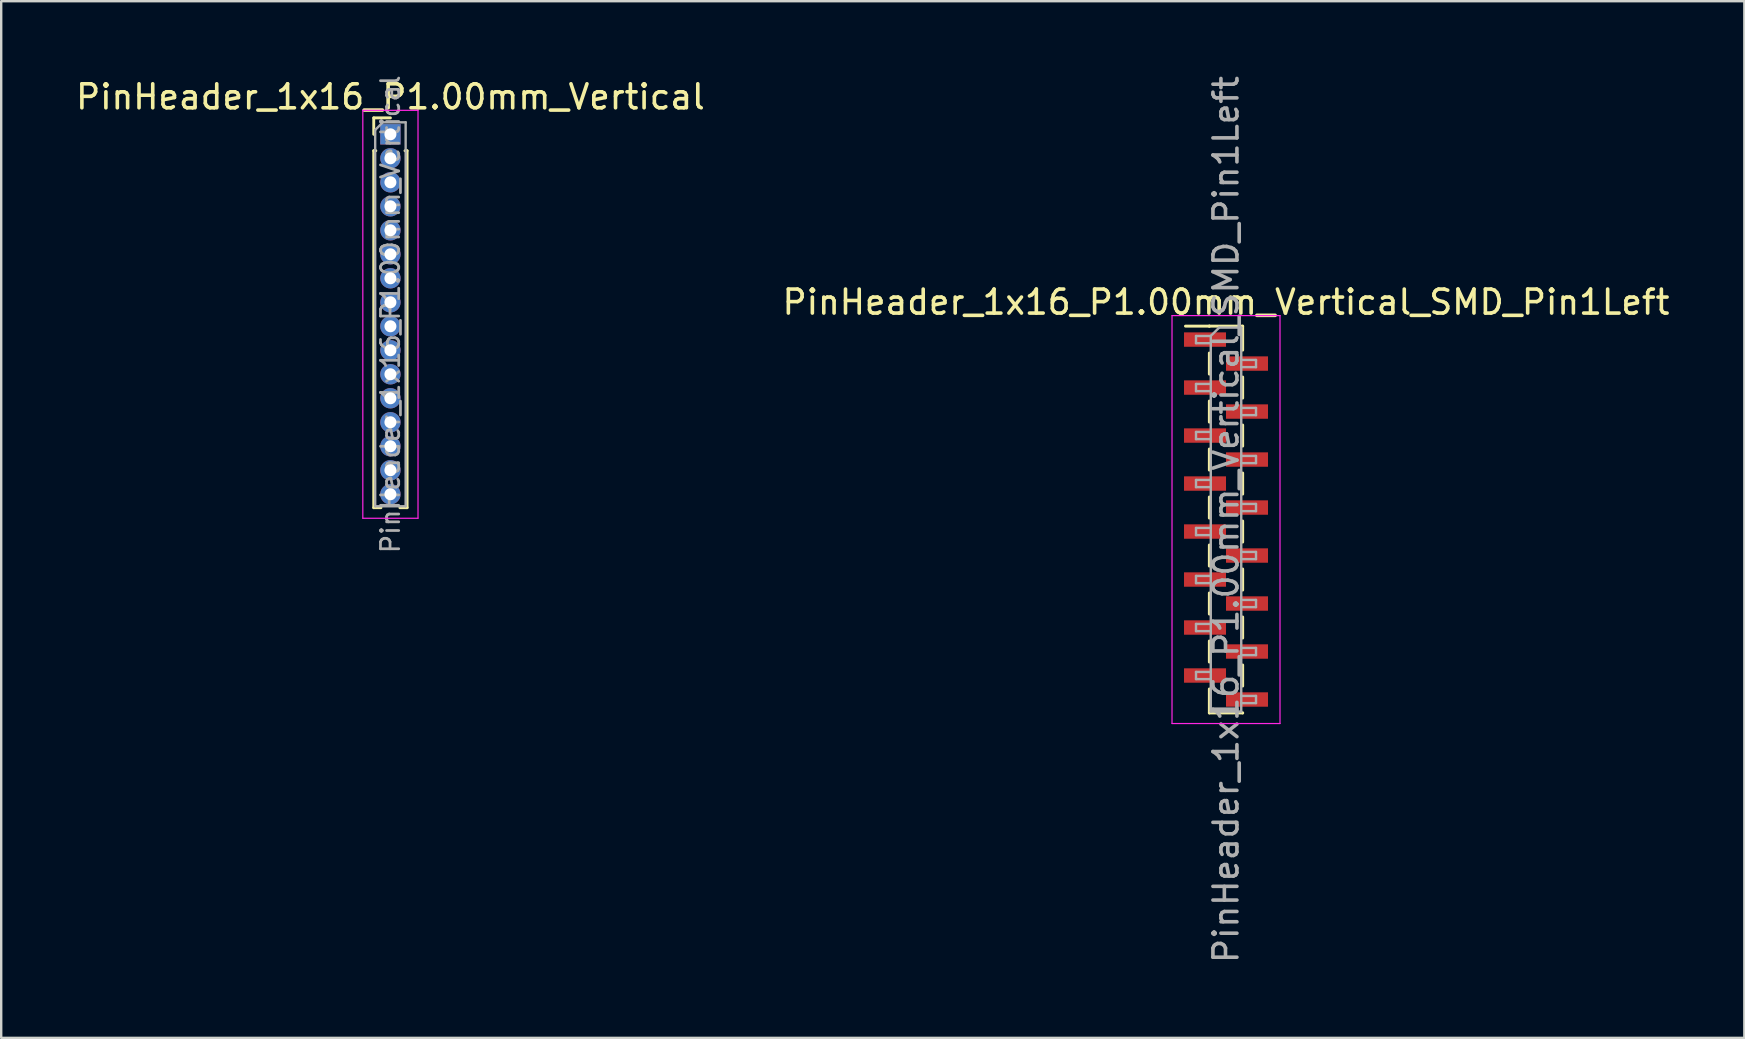
<source format=kicad_pcb>
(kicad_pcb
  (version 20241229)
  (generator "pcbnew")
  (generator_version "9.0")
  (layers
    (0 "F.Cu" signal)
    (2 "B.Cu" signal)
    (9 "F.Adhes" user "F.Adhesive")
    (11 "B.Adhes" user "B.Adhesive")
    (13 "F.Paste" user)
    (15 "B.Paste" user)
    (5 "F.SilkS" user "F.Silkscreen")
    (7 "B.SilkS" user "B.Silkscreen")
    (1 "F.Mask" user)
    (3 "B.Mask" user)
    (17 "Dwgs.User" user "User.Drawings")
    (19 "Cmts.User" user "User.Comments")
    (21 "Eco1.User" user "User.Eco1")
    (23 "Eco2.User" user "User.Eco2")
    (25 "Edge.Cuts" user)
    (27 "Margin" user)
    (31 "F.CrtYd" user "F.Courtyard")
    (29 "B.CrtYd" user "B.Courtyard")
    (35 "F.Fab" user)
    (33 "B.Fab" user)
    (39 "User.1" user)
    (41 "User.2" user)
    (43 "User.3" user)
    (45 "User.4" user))
  (footprint "PinHeader_1x16_P1.00mm_Vertical_SMD_Pin1Left"
    (layer "F.Cu")
    (at 48.042 18.601)
    (property "Reference" "PinHeader_1x16_P1.00mm_Vertical_SMD_Pin1Left" (at 0 -9.06 0) (layer "F.SilkS") (effects (font (size 1 1) (thickness 0.15))))
    (attr smd)
    (fp_line (start -0.695 -8.06) (end -1.69 -8.06) (stroke (width 0.12) (type solid)) (layer "F.SilkS"))
    (fp_line (start -0.695 -8.06) (end -0.695 -8.06) (stroke (width 0.12) (type solid)) (layer "F.SilkS"))
    (fp_line (start -0.695 -8.06) (end 0.695 -8.06) (stroke (width 0.12) (type solid)) (layer "F.SilkS"))
    (fp_line (start -0.695 -6.94) (end -0.695 -6.06) (stroke (width 0.12) (type solid)) (layer "F.SilkS"))
    (fp_line (start -0.695 -4.94) (end -0.695 -4.06) (stroke (width 0.12) (type solid)) (layer "F.SilkS"))
    (fp_line (start -0.695 -2.94) (end -0.695 -2.06) (stroke (width 0.12) (type solid)) (layer "F.SilkS"))
    (fp_line (start -0.695 -0.94) (end -0.695 -0.06) (stroke (width 0.12) (type solid)) (layer "F.SilkS"))
    (fp_line (start -0.695 1.06) (end -0.695 1.94) (stroke (width 0.12) (type solid)) (layer "F.SilkS"))
    (fp_line (start -0.695 3.06) (end -0.695 3.94) (stroke (width 0.12) (type solid)) (layer "F.SilkS"))
    (fp_line (start -0.695 5.06) (end -0.695 5.94) (stroke (width 0.12) (type solid)) (layer "F.SilkS"))
    (fp_line (start -0.695 7.06) (end -0.695 8.06) (stroke (width 0.12) (type solid)) (layer "F.SilkS"))
    (fp_line (start -0.695 8.06) (end 0.695 8.06) (stroke (width 0.12) (type solid)) (layer "F.SilkS"))
    (fp_line (start 0.695 -8.06) (end 0.695 -7.06) (stroke (width 0.12) (type solid)) (layer "F.SilkS"))
    (fp_line (start 0.695 -5.94) (end 0.695 -5.06) (stroke (width 0.12) (type solid)) (layer "F.SilkS"))
    (fp_line (start 0.695 -3.94) (end 0.695 -3.06) (stroke (width 0.12) (type solid)) (layer "F.SilkS"))
    (fp_line (start 0.695 -1.94) (end 0.695 -1.06) (stroke (width 0.12) (type solid)) (layer "F.SilkS"))
    (fp_line (start 0.695 0.06) (end 0.695 0.94) (stroke (width 0.12) (type solid)) (layer "F.SilkS"))
    (fp_line (start 0.695 2.06) (end 0.695 2.94) (stroke (width 0.12) (type solid)) (layer "F.SilkS"))
    (fp_line (start 0.695 4.06) (end 0.695 4.94) (stroke (width 0.12) (type solid)) (layer "F.SilkS"))
    (fp_line (start 0.695 6.06) (end 0.695 6.94) (stroke (width 0.12) (type solid)) (layer "F.SilkS"))
    (fp_line (start 0.695 8.06) (end 0.695 8.06) (stroke (width 0.12) (type solid)) (layer "F.SilkS"))
    (fp_line (start -2.25 -8.5) (end -2.25 8.5) (stroke (width 0.05) (type solid)) (layer "F.CrtYd"))
    (fp_line (start -2.25 8.5) (end 2.25 8.5) (stroke (width 0.05) (type solid)) (layer "F.CrtYd"))
    (fp_line (start 2.25 -8.5) (end -2.25 -8.5) (stroke (width 0.05) (type solid)) (layer "F.CrtYd"))
    (fp_line (start 2.25 8.5) (end 2.25 -8.5) (stroke (width 0.05) (type solid)) (layer "F.CrtYd"))
    (fp_line (start -1.25 -7.65) (end -1.25 -7.35) (stroke (width 0.1) (type solid)) (layer "F.Fab"))
    (fp_line (start -1.25 -7.35) (end -0.635 -7.35) (stroke (width 0.1) (type solid)) (layer "F.Fab"))
    (fp_line (start -1.25 -5.65) (end -1.25 -5.35) (stroke (width 0.1) (type solid)) (layer "F.Fab"))
    (fp_line (start -1.25 -5.35) (end -0.635 -5.35) (stroke (width 0.1) (type solid)) (layer "F.Fab"))
    (fp_line (start -1.25 -3.65) (end -1.25 -3.35) (stroke (width 0.1) (type solid)) (layer "F.Fab"))
    (fp_line (start -1.25 -3.35) (end -0.635 -3.35) (stroke (width 0.1) (type solid)) (layer "F.Fab"))
    (fp_line (start -1.25 -1.65) (end -1.25 -1.35) (stroke (width 0.1) (type solid)) (layer "F.Fab"))
    (fp_line (start -1.25 -1.35) (end -0.635 -1.35) (stroke (width 0.1) (type solid)) (layer "F.Fab"))
    (fp_line (start -1.25 0.35) (end -1.25 0.65) (stroke (width 0.1) (type solid)) (layer "F.Fab"))
    (fp_line (start -1.25 0.65) (end -0.635 0.65) (stroke (width 0.1) (type solid)) (layer "F.Fab"))
    (fp_line (start -1.25 2.35) (end -1.25 2.65) (stroke (width 0.1) (type solid)) (layer "F.Fab"))
    (fp_line (start -1.25 2.65) (end -0.635 2.65) (stroke (width 0.1) (type solid)) (layer "F.Fab"))
    (fp_line (start -1.25 4.35) (end -1.25 4.65) (stroke (width 0.1) (type solid)) (layer "F.Fab"))
    (fp_line (start -1.25 4.65) (end -0.635 4.65) (stroke (width 0.1) (type solid)) (layer "F.Fab"))
    (fp_line (start -1.25 6.35) (end -1.25 6.65) (stroke (width 0.1) (type solid)) (layer "F.Fab"))
    (fp_line (start -1.25 6.65) (end -0.635 6.65) (stroke (width 0.1) (type solid)) (layer "F.Fab"))
    (fp_line (start -0.635 -7.65) (end -1.25 -7.65) (stroke (width 0.1) (type solid)) (layer "F.Fab"))
    (fp_line (start -0.635 -7.65) (end -0.285 -8) (stroke (width 0.1) (type solid)) (layer "F.Fab"))
    (fp_line (start -0.635 -5.65) (end -1.25 -5.65) (stroke (width 0.1) (type solid)) (layer "F.Fab"))
    (fp_line (start -0.635 -3.65) (end -1.25 -3.65) (stroke (width 0.1) (type solid)) (layer "F.Fab"))
    (fp_line (start -0.635 -1.65) (end -1.25 -1.65) (stroke (width 0.1) (type solid)) (layer "F.Fab"))
    (fp_line (start -0.635 0.35) (end -1.25 0.35) (stroke (width 0.1) (type solid)) (layer "F.Fab"))
    (fp_line (start -0.635 2.35) (end -1.25 2.35) (stroke (width 0.1) (type solid)) (layer "F.Fab"))
    (fp_line (start -0.635 4.35) (end -1.25 4.35) (stroke (width 0.1) (type solid)) (layer "F.Fab"))
    (fp_line (start -0.635 6.35) (end -1.25 6.35) (stroke (width 0.1) (type solid)) (layer "F.Fab"))
    (fp_line (start -0.635 8) (end -0.635 -7.65) (stroke (width 0.1) (type solid)) (layer "F.Fab"))
    (fp_line (start -0.285 -8) (end 0.635 -8) (stroke (width 0.1) (type solid)) (layer "F.Fab"))
    (fp_line (start 0.635 -8) (end 0.635 8) (stroke (width 0.1) (type solid)) (layer "F.Fab"))
    (fp_line (start 0.635 -6.65) (end 1.25 -6.65) (stroke (width 0.1) (type solid)) (layer "F.Fab"))
    (fp_line (start 0.635 -4.65) (end 1.25 -4.65) (stroke (width 0.1) (type solid)) (layer "F.Fab"))
    (fp_line (start 0.635 -2.65) (end 1.25 -2.65) (stroke (width 0.1) (type solid)) (layer "F.Fab"))
    (fp_line (start 0.635 -0.65) (end 1.25 -0.65) (stroke (width 0.1) (type solid)) (layer "F.Fab"))
    (fp_line (start 0.635 1.35) (end 1.25 1.35) (stroke (width 0.1) (type solid)) (layer "F.Fab"))
    (fp_line (start 0.635 3.35) (end 1.25 3.35) (stroke (width 0.1) (type solid)) (layer "F.Fab"))
    (fp_line (start 0.635 5.35) (end 1.25 5.35) (stroke (width 0.1) (type solid)) (layer "F.Fab"))
    (fp_line (start 0.635 7.35) (end 1.25 7.35) (stroke (width 0.1) (type solid)) (layer "F.Fab"))
    (fp_line (start 0.635 8) (end -0.635 8) (stroke (width 0.1) (type solid)) (layer "F.Fab"))
    (fp_line (start 1.25 -6.65) (end 1.25 -6.35) (stroke (width 0.1) (type solid)) (layer "F.Fab"))
    (fp_line (start 1.25 -6.35) (end 0.635 -6.35) (stroke (width 0.1) (type solid)) (layer "F.Fab"))
    (fp_line (start 1.25 -4.65) (end 1.25 -4.35) (stroke (width 0.1) (type solid)) (layer "F.Fab"))
    (fp_line (start 1.25 -4.35) (end 0.635 -4.35) (stroke (width 0.1) (type solid)) (layer "F.Fab"))
    (fp_line (start 1.25 -2.65) (end 1.25 -2.35) (stroke (width 0.1) (type solid)) (layer "F.Fab"))
    (fp_line (start 1.25 -2.35) (end 0.635 -2.35) (stroke (width 0.1) (type solid)) (layer "F.Fab"))
    (fp_line (start 1.25 -0.65) (end 1.25 -0.35) (stroke (width 0.1) (type solid)) (layer "F.Fab"))
    (fp_line (start 1.25 -0.35) (end 0.635 -0.35) (stroke (width 0.1) (type solid)) (layer "F.Fab"))
    (fp_line (start 1.25 1.35) (end 1.25 1.65) (stroke (width 0.1) (type solid)) (layer "F.Fab"))
    (fp_line (start 1.25 1.65) (end 0.635 1.65) (stroke (width 0.1) (type solid)) (layer "F.Fab"))
    (fp_line (start 1.25 3.35) (end 1.25 3.65) (stroke (width 0.1) (type solid)) (layer "F.Fab"))
    (fp_line (start 1.25 3.65) (end 0.635 3.65) (stroke (width 0.1) (type solid)) (layer "F.Fab"))
    (fp_line (start 1.25 5.35) (end 1.25 5.65) (stroke (width 0.1) (type solid)) (layer "F.Fab"))
    (fp_line (start 1.25 5.65) (end 0.635 5.65) (stroke (width 0.1) (type solid)) (layer "F.Fab"))
    (fp_line (start 1.25 7.35) (end 1.25 7.65) (stroke (width 0.1) (type solid)) (layer "F.Fab"))
    (fp_line (start 1.25 7.65) (end 0.635 7.65) (stroke (width 0.1) (type solid)) (layer "F.Fab"))
    (fp_text user "${REFERENCE}" (at 0 0 90) (layer "F.Fab") (effects (font (size 1 1) (thickness 0.15))))
    (pad "1" smd rect (at -0.875 -7.5) (size 1.75 0.6) (layers "F.Cu" "F.Mask" "F.Paste"))
    (pad "2" smd rect (at 0.875 -6.5) (size 1.75 0.6) (layers "F.Cu" "F.Mask" "F.Paste"))
    (pad "3" smd rect (at -0.875 -5.5) (size 1.75 0.6) (layers "F.Cu" "F.Mask" "F.Paste"))
    (pad "4" smd rect (at 0.875 -4.5) (size 1.75 0.6) (layers "F.Cu" "F.Mask" "F.Paste"))
    (pad "5" smd rect (at -0.875 -3.5) (size 1.75 0.6) (layers "F.Cu" "F.Mask" "F.Paste"))
    (pad "6" smd rect (at 0.875 -2.5) (size 1.75 0.6) (layers "F.Cu" "F.Mask" "F.Paste"))
    (pad "7" smd rect (at -0.875 -1.5) (size 1.75 0.6) (layers "F.Cu" "F.Mask" "F.Paste"))
    (pad "8" smd rect (at 0.875 -0.5) (size 1.75 0.6) (layers "F.Cu" "F.Mask" "F.Paste"))
    (pad "9" smd rect (at -0.875 0.5) (size 1.75 0.6) (layers "F.Cu" "F.Mask" "F.Paste"))
    (pad "10" smd rect (at 0.875 1.5) (size 1.75 0.6) (layers "F.Cu" "F.Mask" "F.Paste"))
    (pad "11" smd rect (at -0.875 2.5) (size 1.75 0.6) (layers "F.Cu" "F.Mask" "F.Paste"))
    (pad "12" smd rect (at 0.875 3.5) (size 1.75 0.6) (layers "F.Cu" "F.Mask" "F.Paste"))
    (pad "13" smd rect (at -0.875 4.5) (size 1.75 0.6) (layers "F.Cu" "F.Mask" "F.Paste"))
    (pad "14" smd rect (at 0.875 5.5) (size 1.75 0.6) (layers "F.Cu" "F.Mask" "F.Paste"))
    (pad "15" smd rect (at -0.875 6.5) (size 1.75 0.6) (layers "F.Cu" "F.Mask" "F.Paste"))
    (pad "16" smd rect (at 0.875 7.5) (size 1.75 0.6) (layers "F.Cu" "F.Mask" "F.Paste")))
  (footprint "PinHeader_1x16_P1.00mm_Vertical"
    (layer "F.Cu")
    (at 13.22 2.547)
    (property "Reference" "PinHeader_1x16_P1.00mm_Vertical" (at 0 -1.56 0) (layer "F.SilkS") (effects (font (size 1 1) (thickness 0.15))))
    (attr through_hole)
    (fp_line (start -0.695 -0.685) (end 0 -0.685) (stroke (width 0.12) (type solid)) (layer "F.SilkS"))
    (fp_line (start -0.695 0) (end -0.695 -0.685) (stroke (width 0.12) (type solid)) (layer "F.SilkS"))
    (fp_line (start -0.695 0.685) (end -0.695 15.56) (stroke (width 0.12) (type solid)) (layer "F.SilkS"))
    (fp_line (start -0.695 0.685) (end -0.608 0.685) (stroke (width 0.12) (type solid)) (layer "F.SilkS"))
    (fp_line (start -0.695 15.56) (end -0.394 15.56) (stroke (width 0.12) (type solid)) (layer "F.SilkS"))
    (fp_line (start 0.394 15.56) (end 0.695 15.56) (stroke (width 0.12) (type solid)) (layer "F.SilkS"))
    (fp_line (start 0.608 0.685) (end 0.695 0.685) (stroke (width 0.12) (type solid)) (layer "F.SilkS"))
    (fp_line (start 0.695 0.685) (end 0.695 15.56) (stroke (width 0.12) (type solid)) (layer "F.SilkS"))
    (fp_line (start -1.15 -1) (end -1.15 16) (stroke (width 0.05) (type solid)) (layer "F.CrtYd"))
    (fp_line (start -1.15 16) (end 1.15 16) (stroke (width 0.05) (type solid)) (layer "F.CrtYd"))
    (fp_line (start 1.15 -1) (end -1.15 -1) (stroke (width 0.05) (type solid)) (layer "F.CrtYd"))
    (fp_line (start 1.15 16) (end 1.15 -1) (stroke (width 0.05) (type solid)) (layer "F.CrtYd"))
    (fp_line (start -0.635 -0.182) (end -0.318 -0.5) (stroke (width 0.1) (type solid)) (layer "F.Fab"))
    (fp_line (start -0.635 15.5) (end -0.635 -0.182) (stroke (width 0.1) (type solid)) (layer "F.Fab"))
    (fp_line (start -0.318 -0.5) (end 0.635 -0.5) (stroke (width 0.1) (type solid)) (layer "F.Fab"))
    (fp_line (start 0.635 -0.5) (end 0.635 15.5) (stroke (width 0.1) (type solid)) (layer "F.Fab"))
    (fp_line (start 0.635 15.5) (end -0.635 15.5) (stroke (width 0.1) (type solid)) (layer "F.Fab"))
    (fp_text user "${REFERENCE}" (at 0 7.5 90) (layer "F.Fab") (effects (font (size 0.76 0.76) (thickness 0.114))))
    (pad "1" thru_hole rect (at 0 0) (size 0.85 0.85) (drill 0.5) (layers "*.Cu" "*.Mask"))
    (pad "2" thru_hole oval (at 0 1) (size 0.85 0.85) (drill 0.5) (layers "*.Cu" "*.Mask"))
    (pad "3" thru_hole oval (at 0 2) (size 0.85 0.85) (drill 0.5) (layers "*.Cu" "*.Mask"))
    (pad "4" thru_hole oval (at 0 3) (size 0.85 0.85) (drill 0.5) (layers "*.Cu" "*.Mask"))
    (pad "5" thru_hole oval (at 0 4) (size 0.85 0.85) (drill 0.5) (layers "*.Cu" "*.Mask"))
    (pad "6" thru_hole oval (at 0 5) (size 0.85 0.85) (drill 0.5) (layers "*.Cu" "*.Mask"))
    (pad "7" thru_hole oval (at 0 6) (size 0.85 0.85) (drill 0.5) (layers "*.Cu" "*.Mask"))
    (pad "8" thru_hole oval (at 0 7) (size 0.85 0.85) (drill 0.5) (layers "*.Cu" "*.Mask"))
    (pad "9" thru_hole oval (at 0 8) (size 0.85 0.85) (drill 0.5) (layers "*.Cu" "*.Mask"))
    (pad "10" thru_hole oval (at 0 9) (size 0.85 0.85) (drill 0.5) (layers "*.Cu" "*.Mask"))
    (pad "11" thru_hole oval (at 0 10) (size 0.85 0.85) (drill 0.5) (layers "*.Cu" "*.Mask"))
    (pad "12" thru_hole oval (at 0 11) (size 0.85 0.85) (drill 0.5) (layers "*.Cu" "*.Mask"))
    (pad "13" thru_hole oval (at 0 12) (size 0.85 0.85) (drill 0.5) (layers "*.Cu" "*.Mask"))
    (pad "14" thru_hole oval (at 0 13) (size 0.85 0.85) (drill 0.5) (layers "*.Cu" "*.Mask"))
    (pad "15" thru_hole oval (at 0 14) (size 0.85 0.85) (drill 0.5) (layers "*.Cu" "*.Mask"))
    (pad "16" thru_hole oval (at 0 15) (size 0.85 0.85) (drill 0.5) (layers "*.Cu" "*.Mask")))
  (gr_rect
    (start -3 -3)
    (end 69.643 40.202)
    (stroke (width 0.1) (type default))
    (fill no)
    (layer "Edge.Cuts")))
</source>
